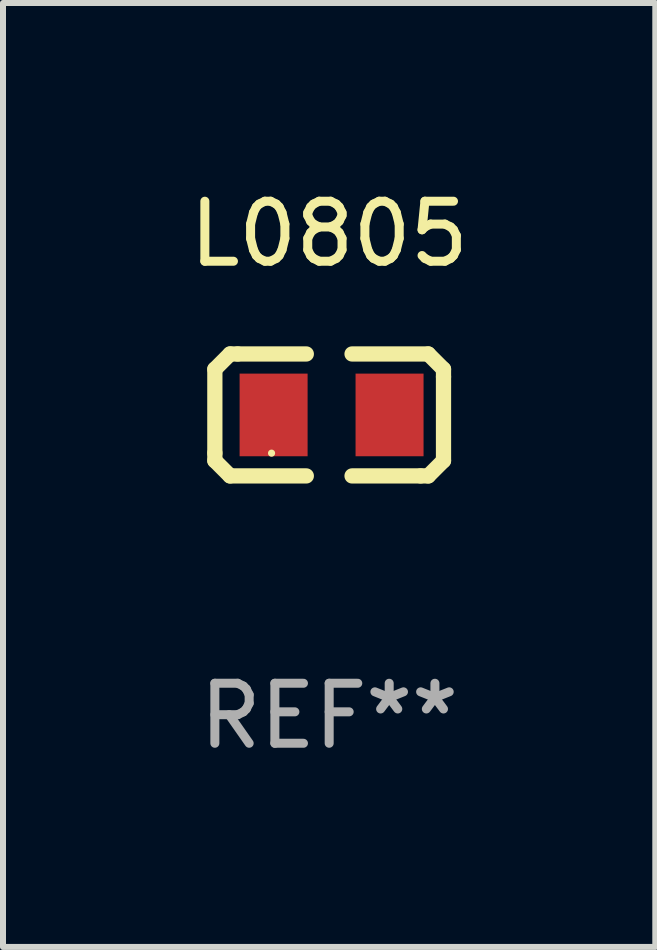
<source format=kicad_pcb>
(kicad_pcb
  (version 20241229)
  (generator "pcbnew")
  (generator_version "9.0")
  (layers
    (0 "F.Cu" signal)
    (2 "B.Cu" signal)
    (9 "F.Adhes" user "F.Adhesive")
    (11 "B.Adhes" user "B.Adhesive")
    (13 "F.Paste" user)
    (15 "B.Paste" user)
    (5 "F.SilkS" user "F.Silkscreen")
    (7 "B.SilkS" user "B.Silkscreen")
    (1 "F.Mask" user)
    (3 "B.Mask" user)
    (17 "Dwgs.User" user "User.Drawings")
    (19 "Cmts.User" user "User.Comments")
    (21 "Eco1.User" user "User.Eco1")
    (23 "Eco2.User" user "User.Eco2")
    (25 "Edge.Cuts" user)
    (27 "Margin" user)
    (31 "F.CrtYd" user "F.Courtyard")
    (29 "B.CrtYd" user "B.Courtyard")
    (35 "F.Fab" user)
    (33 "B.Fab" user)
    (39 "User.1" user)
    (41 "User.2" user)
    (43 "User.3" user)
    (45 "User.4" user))
  (footprint "L0805"
    (layer "F.Cu")
    (at 2.435 3.864)
    (property "Reference" "L0805" (at 0 -3.016 0) (layer "F.SilkS") (effects (font (size 1 1) (thickness 0.15))))
    (attr through_hole)
    (fp_line (start -1.905 -0.762) (end -1.905 0.635) (stroke (width 0.254) (type solid)) (layer "F.SilkS"))
    (fp_line (start -1.905 0.635) (end -1.905 0.762) (stroke (width 0.254) (type solid)) (layer "F.SilkS"))
    (fp_line (start -1.905 0.762) (end -1.651 1.016) (stroke (width 0.254) (type solid)) (layer "F.SilkS"))
    (fp_line (start -1.651 -1.016) (end -1.905 -0.762) (stroke (width 0.254) (type solid)) (layer "F.SilkS"))
    (fp_line (start -1.651 1.016) (end -0.381 1.016) (stroke (width 0.254) (type solid)) (layer "F.SilkS"))
    (fp_line (start -1.524 -1.016) (end -1.651 -1.016) (stroke (width 0.254) (type solid)) (layer "F.SilkS"))
    (fp_line (start -0.381 -1.016) (end -1.524 -1.016) (stroke (width 0.254) (type solid)) (layer "F.SilkS"))
    (fp_line (start 0.381 1.016) (end 1.524 1.016) (stroke (width 0.254) (type solid)) (layer "F.SilkS"))
    (fp_line (start 1.524 1.016) (end 1.651 1.016) (stroke (width 0.254) (type solid)) (layer "F.SilkS"))
    (fp_line (start 1.651 -1.016) (end 0.381 -1.016) (stroke (width 0.254) (type solid)) (layer "F.SilkS"))
    (fp_line (start 1.651 1.016) (end 1.905 0.762) (stroke (width 0.254) (type solid)) (layer "F.SilkS"))
    (fp_line (start 1.905 -0.762) (end 1.651 -1.016) (stroke (width 0.254) (type solid)) (layer "F.SilkS"))
    (fp_line (start 1.905 -0.635) (end 1.905 -0.762) (stroke (width 0.254) (type solid)) (layer "F.SilkS"))
    (fp_line (start 1.905 0.762) (end 1.905 -0.635) (stroke (width 0.254) (type solid)) (layer "F.SilkS"))
    (fp_circle (center -0.96 0.637) (end -0.93 0.637) (stroke (width 0.06) (type solid)) (fill no) (layer "F.SilkS"))
    (fp_text user "REF**" (at 0 5.016 0) (layer "F.Fab") (effects (font (size 1 1) (thickness 0.15))))
    (pad "1" smd rect (at -0.926 -0.000051) (size 1.133 1.377) (layers "F.Cu" "F.Mask" "F.Paste"))
    (pad "2" smd rect (at 1.006 -0.000051) (size 1.133 1.377) (layers "F.Cu" "F.Mask" "F.Paste")))
  (gr_rect
    (start -3 -3)
    (end 7.869 12.729)
    (stroke (width 0.1) (type default))
    (fill no)
    (layer "Edge.Cuts")))
</source>
